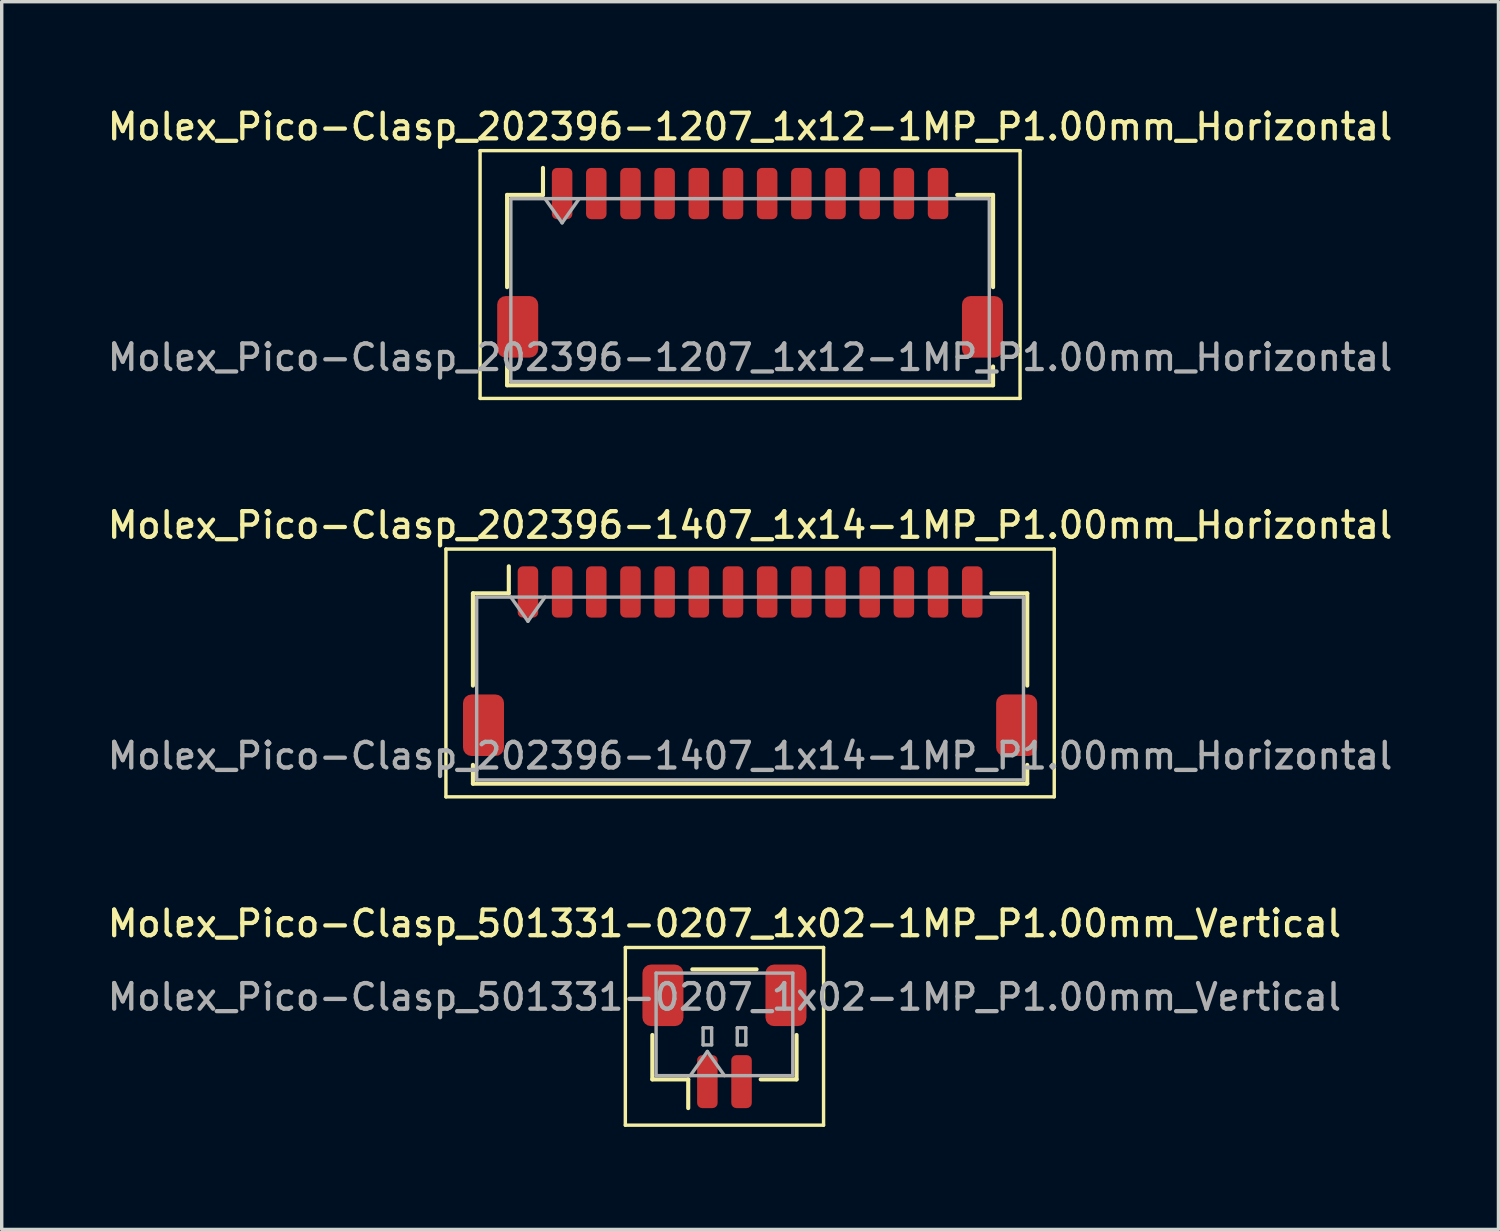
<source format=kicad_pcb>
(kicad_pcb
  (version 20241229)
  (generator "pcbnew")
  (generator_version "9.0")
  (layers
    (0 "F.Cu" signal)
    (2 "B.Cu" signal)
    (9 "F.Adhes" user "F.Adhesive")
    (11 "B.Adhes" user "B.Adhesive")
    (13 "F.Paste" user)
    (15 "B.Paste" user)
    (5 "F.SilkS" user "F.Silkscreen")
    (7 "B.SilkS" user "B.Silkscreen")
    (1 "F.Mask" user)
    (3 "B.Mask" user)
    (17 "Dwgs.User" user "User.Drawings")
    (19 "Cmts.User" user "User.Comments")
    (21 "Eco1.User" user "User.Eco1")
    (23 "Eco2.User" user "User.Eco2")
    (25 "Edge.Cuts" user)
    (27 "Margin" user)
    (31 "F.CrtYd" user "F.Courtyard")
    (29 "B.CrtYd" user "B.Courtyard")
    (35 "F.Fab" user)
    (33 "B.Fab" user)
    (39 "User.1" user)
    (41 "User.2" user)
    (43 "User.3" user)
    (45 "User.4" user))
  (footprint "Molex_Pico-Clasp_202396-1407_1x14-1MP_P1.00mm_Horizontal"
    (layer "F.Cu")
    (at 18.898 16.296)
    (property "Reference" "Molex_Pico-Clasp_202396-1407_1x14-1MP_P1.00mm_Horizontal" (at 0 -3.98 0) (layer "F.SilkS") (effects (font (size 0.75 0.75) (thickness 0.125))))
    (attr smd)
    (fp_line (start -8.9 -3.28) (end -8.9 3.97) (stroke (width 0.1) (type solid)) (layer "F.SilkS"))
    (fp_line (start -8.9 3.97) (end 8.9 3.97) (stroke (width 0.1) (type solid)) (layer "F.SilkS"))
    (fp_line (start -8.11 -1.985) (end -7.06 -1.985) (stroke (width 0.12) (type solid)) (layer "F.SilkS"))
    (fp_line (start -8.11 0.715) (end -8.11 -1.985) (stroke (width 0.12) (type solid)) (layer "F.SilkS"))
    (fp_line (start -8.11 3.035) (end -8.11 3.585) (stroke (width 0.12) (type solid)) (layer "F.SilkS"))
    (fp_line (start -8.11 3.585) (end 8.11 3.585) (stroke (width 0.12) (type solid)) (layer "F.SilkS"))
    (fp_line (start -7.06 -1.985) (end -7.06 -2.775) (stroke (width 0.12) (type solid)) (layer "F.SilkS"))
    (fp_line (start 8.11 -1.985) (end 7.06 -1.985) (stroke (width 0.12) (type solid)) (layer "F.SilkS"))
    (fp_line (start 8.11 0.715) (end 8.11 -1.985) (stroke (width 0.12) (type solid)) (layer "F.SilkS"))
    (fp_line (start 8.11 3.585) (end 8.11 3.035) (stroke (width 0.12) (type solid)) (layer "F.SilkS"))
    (fp_line (start 8.9 -3.28) (end -8.9 -3.28) (stroke (width 0.1) (type solid)) (layer "F.SilkS"))
    (fp_line (start 8.9 3.97) (end 8.9 -3.28) (stroke (width 0.1) (type solid)) (layer "F.SilkS"))
    (fp_line (start -8 -1.875) (end -8 3.475) (stroke (width 0.1) (type solid)) (layer "F.Fab"))
    (fp_line (start -8 -1.875) (end 8 -1.875) (stroke (width 0.1) (type solid)) (layer "F.Fab"))
    (fp_line (start -8 3.475) (end 8 3.475) (stroke (width 0.1) (type solid)) (layer "F.Fab"))
    (fp_line (start -7 -1.875) (end -6.5 -1.168) (stroke (width 0.1) (type solid)) (layer "F.Fab"))
    (fp_line (start -6.5 -1.168) (end -6 -1.875) (stroke (width 0.1) (type solid)) (layer "F.Fab"))
    (fp_line (start 8 -1.875) (end 8 3.475) (stroke (width 0.1) (type solid)) (layer "F.Fab"))
    (fp_text user "${REFERENCE}" (at 0 2.77 0) (layer "F.Fab") (effects (font (size 0.75 0.75) (thickness 0.125))))
    (pad "1" smd roundrect (at -6.5 -2.025) (size 0.6 1.5) (layers "F.Cu" "F.Mask" "F.Paste") (roundrect_rratio 0.25))
    (pad "2" smd roundrect (at -5.5 -2.025) (size 0.6 1.5) (layers "F.Cu" "F.Mask" "F.Paste") (roundrect_rratio 0.25))
    (pad "3" smd roundrect (at -4.5 -2.025) (size 0.6 1.5) (layers "F.Cu" "F.Mask" "F.Paste") (roundrect_rratio 0.25))
    (pad "4" smd roundrect (at -3.5 -2.025) (size 0.6 1.5) (layers "F.Cu" "F.Mask" "F.Paste") (roundrect_rratio 0.25))
    (pad "5" smd roundrect (at -2.5 -2.025) (size 0.6 1.5) (layers "F.Cu" "F.Mask" "F.Paste") (roundrect_rratio 0.25))
    (pad "6" smd roundrect (at -1.5 -2.025) (size 0.6 1.5) (layers "F.Cu" "F.Mask" "F.Paste") (roundrect_rratio 0.25))
    (pad "7" smd roundrect (at -0.5 -2.025) (size 0.6 1.5) (layers "F.Cu" "F.Mask" "F.Paste") (roundrect_rratio 0.25))
    (pad "8" smd roundrect (at 0.5 -2.025) (size 0.6 1.5) (layers "F.Cu" "F.Mask" "F.Paste") (roundrect_rratio 0.25))
    (pad "9" smd roundrect (at 1.5 -2.025) (size 0.6 1.5) (layers "F.Cu" "F.Mask" "F.Paste") (roundrect_rratio 0.25))
    (pad "10" smd roundrect (at 2.5 -2.025) (size 0.6 1.5) (layers "F.Cu" "F.Mask" "F.Paste") (roundrect_rratio 0.25))
    (pad "11" smd roundrect (at 3.5 -2.025) (size 0.6 1.5) (layers "F.Cu" "F.Mask" "F.Paste") (roundrect_rratio 0.25))
    (pad "12" smd roundrect (at 4.5 -2.025) (size 0.6 1.5) (layers "F.Cu" "F.Mask" "F.Paste") (roundrect_rratio 0.25))
    (pad "13" smd roundrect (at 5.5 -2.025) (size 0.6 1.5) (layers "F.Cu" "F.Mask" "F.Paste") (roundrect_rratio 0.25))
    (pad "14" smd roundrect (at 6.5 -2.025) (size 0.6 1.5) (layers "F.Cu" "F.Mask" "F.Paste") (roundrect_rratio 0.25))
    (pad "MP" smd roundrect (at -7.8 1.875) (size 1.2 1.8) (layers "F.Cu" "F.Mask" "F.Paste") (roundrect_rratio 0.208))
    (pad "MP" smd roundrect (at 7.8 1.875) (size 1.2 1.8) (layers "F.Cu" "F.Mask" "F.Paste") (roundrect_rratio 0.208)))
  (footprint "Molex_Pico-Clasp_202396-1207_1x12-1MP_P1.00mm_Horizontal"
    (layer "F.Cu")
    (at 18.898 4.638)
    (property "Reference" "Molex_Pico-Clasp_202396-1207_1x12-1MP_P1.00mm_Horizontal" (at 0 -3.98 0) (layer "F.SilkS") (effects (font (size 0.75 0.75) (thickness 0.125))))
    (attr smd)
    (fp_line (start -7.9 -3.28) (end -7.9 3.97) (stroke (width 0.1) (type solid)) (layer "F.SilkS"))
    (fp_line (start -7.9 3.97) (end 7.9 3.97) (stroke (width 0.1) (type solid)) (layer "F.SilkS"))
    (fp_line (start -7.11 -1.985) (end -6.06 -1.985) (stroke (width 0.12) (type solid)) (layer "F.SilkS"))
    (fp_line (start -7.11 0.715) (end -7.11 -1.985) (stroke (width 0.12) (type solid)) (layer "F.SilkS"))
    (fp_line (start -7.11 3.035) (end -7.11 3.585) (stroke (width 0.12) (type solid)) (layer "F.SilkS"))
    (fp_line (start -7.11 3.585) (end 7.11 3.585) (stroke (width 0.12) (type solid)) (layer "F.SilkS"))
    (fp_line (start -6.06 -1.985) (end -6.06 -2.775) (stroke (width 0.12) (type solid)) (layer "F.SilkS"))
    (fp_line (start 7.11 -1.985) (end 6.06 -1.985) (stroke (width 0.12) (type solid)) (layer "F.SilkS"))
    (fp_line (start 7.11 0.715) (end 7.11 -1.985) (stroke (width 0.12) (type solid)) (layer "F.SilkS"))
    (fp_line (start 7.11 3.585) (end 7.11 3.035) (stroke (width 0.12) (type solid)) (layer "F.SilkS"))
    (fp_line (start 7.9 -3.28) (end -7.9 -3.28) (stroke (width 0.1) (type solid)) (layer "F.SilkS"))
    (fp_line (start 7.9 3.97) (end 7.9 -3.28) (stroke (width 0.1) (type solid)) (layer "F.SilkS"))
    (fp_line (start -7 -1.875) (end -7 3.475) (stroke (width 0.1) (type solid)) (layer "F.Fab"))
    (fp_line (start -7 -1.875) (end 7 -1.875) (stroke (width 0.1) (type solid)) (layer "F.Fab"))
    (fp_line (start -7 3.475) (end 7 3.475) (stroke (width 0.1) (type solid)) (layer "F.Fab"))
    (fp_line (start -6 -1.875) (end -5.5 -1.168) (stroke (width 0.1) (type solid)) (layer "F.Fab"))
    (fp_line (start -5.5 -1.168) (end -5 -1.875) (stroke (width 0.1) (type solid)) (layer "F.Fab"))
    (fp_line (start 7 -1.875) (end 7 3.475) (stroke (width 0.1) (type solid)) (layer "F.Fab"))
    (fp_text user "${REFERENCE}" (at 0 2.77 0) (layer "F.Fab") (effects (font (size 0.75 0.75) (thickness 0.125))))
    (pad "1" smd roundrect (at -5.5 -2.025) (size 0.6 1.5) (layers "F.Cu" "F.Mask" "F.Paste") (roundrect_rratio 0.25))
    (pad "2" smd roundrect (at -4.5 -2.025) (size 0.6 1.5) (layers "F.Cu" "F.Mask" "F.Paste") (roundrect_rratio 0.25))
    (pad "3" smd roundrect (at -3.5 -2.025) (size 0.6 1.5) (layers "F.Cu" "F.Mask" "F.Paste") (roundrect_rratio 0.25))
    (pad "4" smd roundrect (at -2.5 -2.025) (size 0.6 1.5) (layers "F.Cu" "F.Mask" "F.Paste") (roundrect_rratio 0.25))
    (pad "5" smd roundrect (at -1.5 -2.025) (size 0.6 1.5) (layers "F.Cu" "F.Mask" "F.Paste") (roundrect_rratio 0.25))
    (pad "6" smd roundrect (at -0.5 -2.025) (size 0.6 1.5) (layers "F.Cu" "F.Mask" "F.Paste") (roundrect_rratio 0.25))
    (pad "7" smd roundrect (at 0.5 -2.025) (size 0.6 1.5) (layers "F.Cu" "F.Mask" "F.Paste") (roundrect_rratio 0.25))
    (pad "8" smd roundrect (at 1.5 -2.025) (size 0.6 1.5) (layers "F.Cu" "F.Mask" "F.Paste") (roundrect_rratio 0.25))
    (pad "9" smd roundrect (at 2.5 -2.025) (size 0.6 1.5) (layers "F.Cu" "F.Mask" "F.Paste") (roundrect_rratio 0.25))
    (pad "10" smd roundrect (at 3.5 -2.025) (size 0.6 1.5) (layers "F.Cu" "F.Mask" "F.Paste") (roundrect_rratio 0.25))
    (pad "11" smd roundrect (at 4.5 -2.025) (size 0.6 1.5) (layers "F.Cu" "F.Mask" "F.Paste") (roundrect_rratio 0.25))
    (pad "12" smd roundrect (at 5.5 -2.025) (size 0.6 1.5) (layers "F.Cu" "F.Mask" "F.Paste") (roundrect_rratio 0.25))
    (pad "MP" smd roundrect (at -6.8 1.875) (size 1.2 1.8) (layers "F.Cu" "F.Mask" "F.Paste") (roundrect_rratio 0.208))
    (pad "MP" smd roundrect (at 6.8 1.875) (size 1.2 1.8) (layers "F.Cu" "F.Mask" "F.Paste") (roundrect_rratio 0.208)))
  (footprint "Molex_Pico-Clasp_501331-0207_1x02-1MP_P1.00mm_Vertical"
    (layer "F.Cu")
    (at 18.148 27.274)
    (property "Reference" "Molex_Pico-Clasp_501331-0207_1x02-1MP_P1.00mm_Vertical" (at 0 -3.3 0) (layer "F.SilkS") (effects (font (size 0.75 0.75) (thickness 0.125))))
    (attr smd)
    (fp_line (start -2.9 -2.6) (end -2.9 2.6) (stroke (width 0.1) (type solid)) (layer "F.SilkS"))
    (fp_line (start -2.9 2.6) (end 2.9 2.6) (stroke (width 0.1) (type solid)) (layer "F.SilkS"))
    (fp_line (start -2.11 -0.04) (end -2.11 1.26) (stroke (width 0.12) (type solid)) (layer "F.SilkS"))
    (fp_line (start -2.11 1.26) (end -1.06 1.26) (stroke (width 0.12) (type solid)) (layer "F.SilkS"))
    (fp_line (start -1.06 1.26) (end -1.06 2.1) (stroke (width 0.12) (type solid)) (layer "F.SilkS"))
    (fp_line (start -0.94 -1.96) (end 0.94 -1.96) (stroke (width 0.12) (type solid)) (layer "F.SilkS"))
    (fp_line (start 2.11 -0.04) (end 2.11 1.26) (stroke (width 0.12) (type solid)) (layer "F.SilkS"))
    (fp_line (start 2.11 1.26) (end 1.06 1.26) (stroke (width 0.12) (type solid)) (layer "F.SilkS"))
    (fp_line (start 2.9 -2.6) (end -2.9 -2.6) (stroke (width 0.1) (type solid)) (layer "F.SilkS"))
    (fp_line (start 2.9 2.6) (end 2.9 -2.6) (stroke (width 0.1) (type solid)) (layer "F.SilkS"))
    (fp_line (start -2 -1.85) (end 2 -1.85) (stroke (width 0.1) (type solid)) (layer "F.Fab"))
    (fp_line (start -2 1.15) (end -2 -1.85) (stroke (width 0.1) (type solid)) (layer "F.Fab"))
    (fp_line (start -2 1.15) (end 2 1.15) (stroke (width 0.1) (type solid)) (layer "F.Fab"))
    (fp_line (start -1 1.15) (end -0.5 0.443) (stroke (width 0.1) (type solid)) (layer "F.Fab"))
    (fp_line (start -0.625 -0.25) (end -0.625 0.25) (stroke (width 0.1) (type solid)) (layer "F.Fab"))
    (fp_line (start -0.625 0.25) (end -0.375 0.25) (stroke (width 0.1) (type solid)) (layer "F.Fab"))
    (fp_line (start -0.5 0.443) (end 0 1.15) (stroke (width 0.1) (type solid)) (layer "F.Fab"))
    (fp_line (start -0.375 -0.25) (end -0.625 -0.25) (stroke (width 0.1) (type solid)) (layer "F.Fab"))
    (fp_line (start -0.375 0.25) (end -0.375 -0.25) (stroke (width 0.1) (type solid)) (layer "F.Fab"))
    (fp_line (start 0.375 -0.25) (end 0.375 0.25) (stroke (width 0.1) (type solid)) (layer "F.Fab"))
    (fp_line (start 0.375 0.25) (end 0.625 0.25) (stroke (width 0.1) (type solid)) (layer "F.Fab"))
    (fp_line (start 0.625 -0.25) (end 0.375 -0.25) (stroke (width 0.1) (type solid)) (layer "F.Fab"))
    (fp_line (start 0.625 0.25) (end 0.625 -0.25) (stroke (width 0.1) (type solid)) (layer "F.Fab"))
    (fp_line (start 2 1.15) (end 2 -1.85) (stroke (width 0.1) (type solid)) (layer "F.Fab"))
    (fp_text user "${REFERENCE}" (at 0 -1.15 0) (layer "F.Fab") (effects (font (size 0.75 0.75) (thickness 0.125))))
    (pad "1" smd roundrect (at -0.5 1.325) (size 0.6 1.55) (layers "F.Cu" "F.Mask" "F.Paste") (roundrect_rratio 0.25))
    (pad "2" smd roundrect (at 0.5 1.325) (size 0.6 1.55) (layers "F.Cu" "F.Mask" "F.Paste") (roundrect_rratio 0.25))
    (pad "MP" smd roundrect (at -1.8 -1.2) (size 1.2 1.8) (layers "F.Cu" "F.Mask" "F.Paste") (roundrect_rratio 0.208))
    (pad "MP" smd roundrect (at 1.8 -1.2) (size 1.2 1.8) (layers "F.Cu" "F.Mask" "F.Paste") (roundrect_rratio 0.208)))
  (gr_rect
    (start -3 -3)
    (end 40.796 32.924)
    (stroke (width 0.1) (type default))
    (fill no)
    (layer "Edge.Cuts")))
</source>
